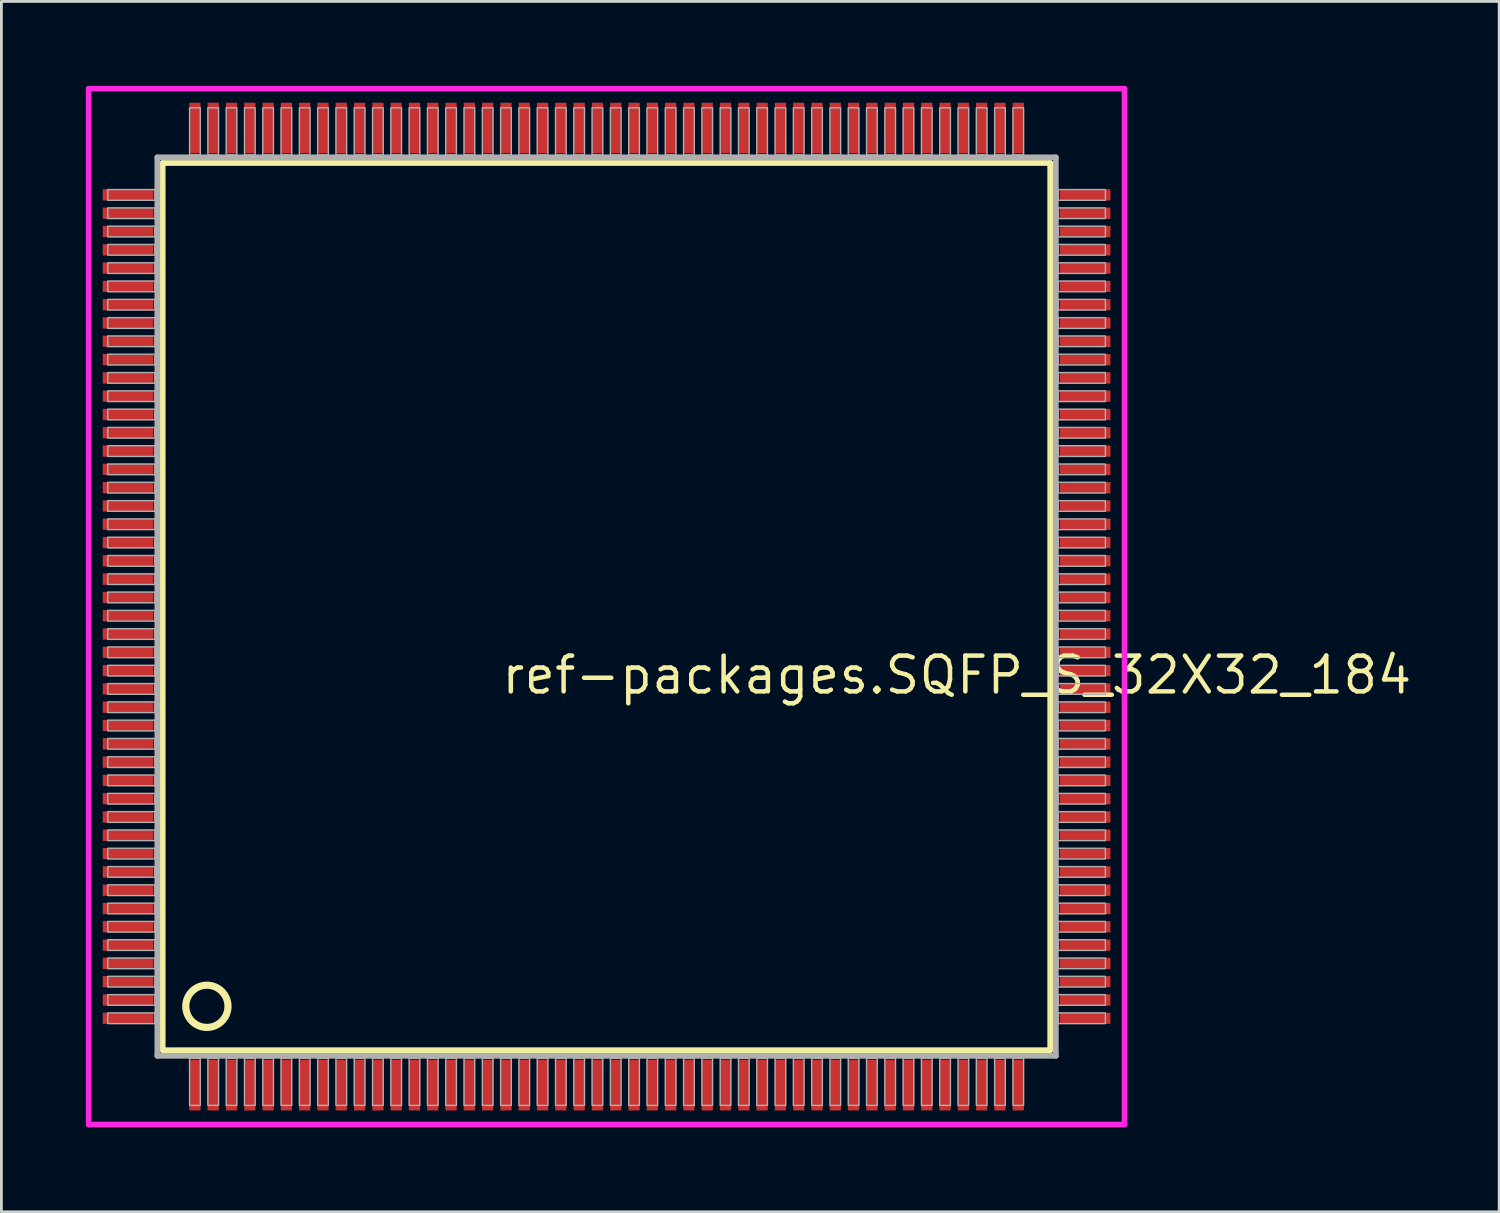
<source format=kicad_pcb>
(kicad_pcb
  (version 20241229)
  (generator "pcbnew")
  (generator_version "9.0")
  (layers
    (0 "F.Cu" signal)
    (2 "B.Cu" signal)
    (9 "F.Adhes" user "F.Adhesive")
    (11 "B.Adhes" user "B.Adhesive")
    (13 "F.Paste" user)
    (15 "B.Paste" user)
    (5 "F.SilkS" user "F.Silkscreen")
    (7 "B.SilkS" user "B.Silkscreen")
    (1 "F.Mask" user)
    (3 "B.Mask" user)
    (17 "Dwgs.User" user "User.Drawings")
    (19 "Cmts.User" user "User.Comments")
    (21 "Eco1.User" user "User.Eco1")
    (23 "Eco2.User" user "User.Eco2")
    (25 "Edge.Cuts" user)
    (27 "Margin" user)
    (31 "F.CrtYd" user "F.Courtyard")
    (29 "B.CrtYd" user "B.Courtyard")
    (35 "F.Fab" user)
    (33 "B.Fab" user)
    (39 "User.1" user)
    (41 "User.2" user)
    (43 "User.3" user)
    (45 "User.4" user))
  (footprint "ref-packages.SQFP_S_32X32_184"
    (layer "F.Cu")
    (at 18.5 18.5)
    (property "Reference" "ref-packages.SQFP_S_32X32_184" (at -3.81 3.175 0) (layer "F.SilkS") (effects (font (size 1.27 1.27) (thickness 0.16)) (justify left bottom)))
    (attr smd)
    (fp_line (start -15.77 -15.76) (end 15.76 -15.76) (stroke (width 0.203) (type default)) (layer "F.SilkS"))
    (fp_line (start -15.77 15.76) (end -15.77 -15.76) (stroke (width 0.203) (type default)) (layer "F.SilkS"))
    (fp_line (start 15.76 -15.76) (end 15.76 15.76) (stroke (width 0.203) (type default)) (layer "F.SilkS"))
    (fp_line (start 15.76 15.76) (end -15.77 15.76) (stroke (width 0.203) (type default)) (layer "F.SilkS"))
    (fp_circle (center -14.2 14.2) (end -13.45 14.2) (stroke (width 0.254) (type default)) (fill no) (layer "F.SilkS"))
    (fp_line (start -18.4 -18.4) (end 18.4 -18.4) (stroke (width 0.2) (type default)) (layer "F.CrtYd"))
    (fp_line (start -18.4 18.4) (end -18.4 -18.4) (stroke (width 0.2) (type default)) (layer "F.CrtYd"))
    (fp_line (start 18.4 -18.4) (end 18.4 18.4) (stroke (width 0.2) (type default)) (layer "F.CrtYd"))
    (fp_line (start 18.4 18.4) (end -18.4 18.4) (stroke (width 0.2) (type default)) (layer "F.CrtYd"))
    (fp_line (start -15.96 -15.96) (end -15.96 15.96) (stroke (width 0.203) (type default)) (layer "F.Fab"))
    (fp_line (start -15.96 15.96) (end 15.96 15.96) (stroke (width 0.203) (type default)) (layer "F.Fab"))
    (fp_line (start 15.96 -15.96) (end -15.96 -15.96) (stroke (width 0.203) (type default)) (layer "F.Fab"))
    (fp_line (start 15.96 15.96) (end 15.96 -15.96) (stroke (width 0.203) (type default)) (layer "F.Fab"))
    (fp_rect (start -17.72 -14.435) (end -16.05 -14.815) (stroke (width 0.05) (type default)) (fill no) (layer "F.Fab"))
    (fp_rect (start -17.72 -13.785) (end -16.05 -14.165) (stroke (width 0.05) (type default)) (fill no) (layer "F.Fab"))
    (fp_rect (start -17.72 -13.135) (end -16.05 -13.515) (stroke (width 0.05) (type default)) (fill no) (layer "F.Fab"))
    (fp_rect (start -17.72 -12.485) (end -16.05 -12.865) (stroke (width 0.05) (type default)) (fill no) (layer "F.Fab"))
    (fp_rect (start -17.72 -11.835) (end -16.05 -12.215) (stroke (width 0.05) (type default)) (fill no) (layer "F.Fab"))
    (fp_rect (start -17.72 -11.185) (end -16.05 -11.565) (stroke (width 0.05) (type default)) (fill no) (layer "F.Fab"))
    (fp_rect (start -17.72 -10.535) (end -16.05 -10.915) (stroke (width 0.05) (type default)) (fill no) (layer "F.Fab"))
    (fp_rect (start -17.72 -9.885) (end -16.05 -10.265) (stroke (width 0.05) (type default)) (fill no) (layer "F.Fab"))
    (fp_rect (start -17.72 -9.235) (end -16.05 -9.615) (stroke (width 0.05) (type default)) (fill no) (layer "F.Fab"))
    (fp_rect (start -17.72 -8.585) (end -16.05 -8.965) (stroke (width 0.05) (type default)) (fill no) (layer "F.Fab"))
    (fp_rect (start -17.72 -7.935) (end -16.05 -8.315) (stroke (width 0.05) (type default)) (fill no) (layer "F.Fab"))
    (fp_rect (start -17.72 -7.285) (end -16.05 -7.665) (stroke (width 0.05) (type default)) (fill no) (layer "F.Fab"))
    (fp_rect (start -17.72 -6.635) (end -16.05 -7.015) (stroke (width 0.05) (type default)) (fill no) (layer "F.Fab"))
    (fp_rect (start -17.72 -5.985) (end -16.05 -6.365) (stroke (width 0.05) (type default)) (fill no) (layer "F.Fab"))
    (fp_rect (start -17.72 -5.335) (end -16.05 -5.715) (stroke (width 0.05) (type default)) (fill no) (layer "F.Fab"))
    (fp_rect (start -17.72 -4.685) (end -16.05 -5.065) (stroke (width 0.05) (type default)) (fill no) (layer "F.Fab"))
    (fp_rect (start -17.72 -4.035) (end -16.05 -4.415) (stroke (width 0.05) (type default)) (fill no) (layer "F.Fab"))
    (fp_rect (start -17.72 -3.385) (end -16.05 -3.765) (stroke (width 0.05) (type default)) (fill no) (layer "F.Fab"))
    (fp_rect (start -17.72 -2.735) (end -16.05 -3.115) (stroke (width 0.05) (type default)) (fill no) (layer "F.Fab"))
    (fp_rect (start -17.72 -2.085) (end -16.05 -2.465) (stroke (width 0.05) (type default)) (fill no) (layer "F.Fab"))
    (fp_rect (start -17.72 -1.435) (end -16.05 -1.815) (stroke (width 0.05) (type default)) (fill no) (layer "F.Fab"))
    (fp_rect (start -17.72 -0.785) (end -16.05 -1.165) (stroke (width 0.05) (type default)) (fill no) (layer "F.Fab"))
    (fp_rect (start -17.72 -0.135) (end -16.05 -0.515) (stroke (width 0.05) (type default)) (fill no) (layer "F.Fab"))
    (fp_rect (start -17.72 0.515) (end -16.05 0.135) (stroke (width 0.05) (type default)) (fill no) (layer "F.Fab"))
    (fp_rect (start -17.72 1.165) (end -16.05 0.785) (stroke (width 0.05) (type default)) (fill no) (layer "F.Fab"))
    (fp_rect (start -17.72 1.815) (end -16.05 1.435) (stroke (width 0.05) (type default)) (fill no) (layer "F.Fab"))
    (fp_rect (start -17.72 2.465) (end -16.05 2.085) (stroke (width 0.05) (type default)) (fill no) (layer "F.Fab"))
    (fp_rect (start -17.72 3.115) (end -16.05 2.735) (stroke (width 0.05) (type default)) (fill no) (layer "F.Fab"))
    (fp_rect (start -17.72 3.765) (end -16.05 3.385) (stroke (width 0.05) (type default)) (fill no) (layer "F.Fab"))
    (fp_rect (start -17.72 4.415) (end -16.05 4.035) (stroke (width 0.05) (type default)) (fill no) (layer "F.Fab"))
    (fp_rect (start -17.72 5.065) (end -16.05 4.685) (stroke (width 0.05) (type default)) (fill no) (layer "F.Fab"))
    (fp_rect (start -17.72 5.715) (end -16.05 5.335) (stroke (width 0.05) (type default)) (fill no) (layer "F.Fab"))
    (fp_rect (start -17.72 6.365) (end -16.05 5.985) (stroke (width 0.05) (type default)) (fill no) (layer "F.Fab"))
    (fp_rect (start -17.72 7.015) (end -16.05 6.635) (stroke (width 0.05) (type default)) (fill no) (layer "F.Fab"))
    (fp_rect (start -17.72 7.665) (end -16.05 7.285) (stroke (width 0.05) (type default)) (fill no) (layer "F.Fab"))
    (fp_rect (start -17.72 8.315) (end -16.05 7.935) (stroke (width 0.05) (type default)) (fill no) (layer "F.Fab"))
    (fp_rect (start -17.72 8.965) (end -16.05 8.585) (stroke (width 0.05) (type default)) (fill no) (layer "F.Fab"))
    (fp_rect (start -17.72 9.615) (end -16.05 9.235) (stroke (width 0.05) (type default)) (fill no) (layer "F.Fab"))
    (fp_rect (start -17.72 10.265) (end -16.05 9.885) (stroke (width 0.05) (type default)) (fill no) (layer "F.Fab"))
    (fp_rect (start -17.72 10.915) (end -16.05 10.535) (stroke (width 0.05) (type default)) (fill no) (layer "F.Fab"))
    (fp_rect (start -17.72 11.565) (end -16.05 11.185) (stroke (width 0.05) (type default)) (fill no) (layer "F.Fab"))
    (fp_rect (start -17.72 12.215) (end -16.05 11.835) (stroke (width 0.05) (type default)) (fill no) (layer "F.Fab"))
    (fp_rect (start -17.72 12.865) (end -16.05 12.485) (stroke (width 0.05) (type default)) (fill no) (layer "F.Fab"))
    (fp_rect (start -17.72 13.515) (end -16.05 13.135) (stroke (width 0.05) (type default)) (fill no) (layer "F.Fab"))
    (fp_rect (start -17.72 14.165) (end -16.05 13.785) (stroke (width 0.05) (type default)) (fill no) (layer "F.Fab"))
    (fp_rect (start -17.72 14.815) (end -16.05 14.435) (stroke (width 0.05) (type default)) (fill no) (layer "F.Fab"))
    (fp_rect (start -14.815 -16.05) (end -14.435 -17.72) (stroke (width 0.05) (type default)) (fill no) (layer "F.Fab"))
    (fp_rect (start -14.815 17.72) (end -14.435 16.05) (stroke (width 0.05) (type default)) (fill no) (layer "F.Fab"))
    (fp_rect (start -14.165 -16.05) (end -13.785 -17.72) (stroke (width 0.05) (type default)) (fill no) (layer "F.Fab"))
    (fp_rect (start -14.165 17.72) (end -13.785 16.05) (stroke (width 0.05) (type default)) (fill no) (layer "F.Fab"))
    (fp_rect (start -13.515 -16.05) (end -13.135 -17.72) (stroke (width 0.05) (type default)) (fill no) (layer "F.Fab"))
    (fp_rect (start -13.515 17.72) (end -13.135 16.05) (stroke (width 0.05) (type default)) (fill no) (layer "F.Fab"))
    (fp_rect (start -12.865 -16.05) (end -12.485 -17.72) (stroke (width 0.05) (type default)) (fill no) (layer "F.Fab"))
    (fp_rect (start -12.865 17.72) (end -12.485 16.05) (stroke (width 0.05) (type default)) (fill no) (layer "F.Fab"))
    (fp_rect (start -12.215 -16.05) (end -11.835 -17.72) (stroke (width 0.05) (type default)) (fill no) (layer "F.Fab"))
    (fp_rect (start -12.215 17.72) (end -11.835 16.05) (stroke (width 0.05) (type default)) (fill no) (layer "F.Fab"))
    (fp_rect (start -11.565 -16.05) (end -11.185 -17.72) (stroke (width 0.05) (type default)) (fill no) (layer "F.Fab"))
    (fp_rect (start -11.565 17.72) (end -11.185 16.05) (stroke (width 0.05) (type default)) (fill no) (layer "F.Fab"))
    (fp_rect (start -10.915 -16.05) (end -10.535 -17.72) (stroke (width 0.05) (type default)) (fill no) (layer "F.Fab"))
    (fp_rect (start -10.915 17.72) (end -10.535 16.05) (stroke (width 0.05) (type default)) (fill no) (layer "F.Fab"))
    (fp_rect (start -10.265 -16.05) (end -9.885 -17.72) (stroke (width 0.05) (type default)) (fill no) (layer "F.Fab"))
    (fp_rect (start -10.265 17.72) (end -9.885 16.05) (stroke (width 0.05) (type default)) (fill no) (layer "F.Fab"))
    (fp_rect (start -9.615 -16.05) (end -9.235 -17.72) (stroke (width 0.05) (type default)) (fill no) (layer "F.Fab"))
    (fp_rect (start -9.615 17.72) (end -9.235 16.05) (stroke (width 0.05) (type default)) (fill no) (layer "F.Fab"))
    (fp_rect (start -8.965 -16.05) (end -8.585 -17.72) (stroke (width 0.05) (type default)) (fill no) (layer "F.Fab"))
    (fp_rect (start -8.965 17.72) (end -8.585 16.05) (stroke (width 0.05) (type default)) (fill no) (layer "F.Fab"))
    (fp_rect (start -8.315 -16.05) (end -7.935 -17.72) (stroke (width 0.05) (type default)) (fill no) (layer "F.Fab"))
    (fp_rect (start -8.315 17.72) (end -7.935 16.05) (stroke (width 0.05) (type default)) (fill no) (layer "F.Fab"))
    (fp_rect (start -7.665 -16.05) (end -7.285 -17.72) (stroke (width 0.05) (type default)) (fill no) (layer "F.Fab"))
    (fp_rect (start -7.665 17.72) (end -7.285 16.05) (stroke (width 0.05) (type default)) (fill no) (layer "F.Fab"))
    (fp_rect (start -7.015 -16.05) (end -6.635 -17.72) (stroke (width 0.05) (type default)) (fill no) (layer "F.Fab"))
    (fp_rect (start -7.015 17.72) (end -6.635 16.05) (stroke (width 0.05) (type default)) (fill no) (layer "F.Fab"))
    (fp_rect (start -6.365 -16.05) (end -5.985 -17.72) (stroke (width 0.05) (type default)) (fill no) (layer "F.Fab"))
    (fp_rect (start -6.365 17.72) (end -5.985 16.05) (stroke (width 0.05) (type default)) (fill no) (layer "F.Fab"))
    (fp_rect (start -5.715 -16.05) (end -5.335 -17.72) (stroke (width 0.05) (type default)) (fill no) (layer "F.Fab"))
    (fp_rect (start -5.715 17.72) (end -5.335 16.05) (stroke (width 0.05) (type default)) (fill no) (layer "F.Fab"))
    (fp_rect (start -5.065 -16.05) (end -4.685 -17.72) (stroke (width 0.05) (type default)) (fill no) (layer "F.Fab"))
    (fp_rect (start -5.065 17.72) (end -4.685 16.05) (stroke (width 0.05) (type default)) (fill no) (layer "F.Fab"))
    (fp_rect (start -4.415 -16.05) (end -4.035 -17.72) (stroke (width 0.05) (type default)) (fill no) (layer "F.Fab"))
    (fp_rect (start -4.415 17.72) (end -4.035 16.05) (stroke (width 0.05) (type default)) (fill no) (layer "F.Fab"))
    (fp_rect (start -3.765 -16.05) (end -3.385 -17.72) (stroke (width 0.05) (type default)) (fill no) (layer "F.Fab"))
    (fp_rect (start -3.765 17.72) (end -3.385 16.05) (stroke (width 0.05) (type default)) (fill no) (layer "F.Fab"))
    (fp_rect (start -3.115 -16.05) (end -2.735 -17.72) (stroke (width 0.05) (type default)) (fill no) (layer "F.Fab"))
    (fp_rect (start -3.115 17.72) (end -2.735 16.05) (stroke (width 0.05) (type default)) (fill no) (layer "F.Fab"))
    (fp_rect (start -2.465 -16.05) (end -2.085 -17.72) (stroke (width 0.05) (type default)) (fill no) (layer "F.Fab"))
    (fp_rect (start -2.465 17.72) (end -2.085 16.05) (stroke (width 0.05) (type default)) (fill no) (layer "F.Fab"))
    (fp_rect (start -1.815 -16.05) (end -1.435 -17.72) (stroke (width 0.05) (type default)) (fill no) (layer "F.Fab"))
    (fp_rect (start -1.815 17.72) (end -1.435 16.05) (stroke (width 0.05) (type default)) (fill no) (layer "F.Fab"))
    (fp_rect (start -1.165 -16.05) (end -0.785 -17.72) (stroke (width 0.05) (type default)) (fill no) (layer "F.Fab"))
    (fp_rect (start -1.165 17.72) (end -0.785 16.05) (stroke (width 0.05) (type default)) (fill no) (layer "F.Fab"))
    (fp_rect (start -0.515 -16.05) (end -0.135 -17.72) (stroke (width 0.05) (type default)) (fill no) (layer "F.Fab"))
    (fp_rect (start -0.515 17.72) (end -0.135 16.05) (stroke (width 0.05) (type default)) (fill no) (layer "F.Fab"))
    (fp_rect (start 0.135 -16.05) (end 0.515 -17.72) (stroke (width 0.05) (type default)) (fill no) (layer "F.Fab"))
    (fp_rect (start 0.135 17.72) (end 0.515 16.05) (stroke (width 0.05) (type default)) (fill no) (layer "F.Fab"))
    (fp_rect (start 0.785 -16.05) (end 1.165 -17.72) (stroke (width 0.05) (type default)) (fill no) (layer "F.Fab"))
    (fp_rect (start 0.785 17.72) (end 1.165 16.05) (stroke (width 0.05) (type default)) (fill no) (layer "F.Fab"))
    (fp_rect (start 1.435 -16.05) (end 1.815 -17.72) (stroke (width 0.05) (type default)) (fill no) (layer "F.Fab"))
    (fp_rect (start 1.435 17.72) (end 1.815 16.05) (stroke (width 0.05) (type default)) (fill no) (layer "F.Fab"))
    (fp_rect (start 2.085 -16.05) (end 2.465 -17.72) (stroke (width 0.05) (type default)) (fill no) (layer "F.Fab"))
    (fp_rect (start 2.085 17.72) (end 2.465 16.05) (stroke (width 0.05) (type default)) (fill no) (layer "F.Fab"))
    (fp_rect (start 2.735 -16.05) (end 3.115 -17.72) (stroke (width 0.05) (type default)) (fill no) (layer "F.Fab"))
    (fp_rect (start 2.735 17.72) (end 3.115 16.05) (stroke (width 0.05) (type default)) (fill no) (layer "F.Fab"))
    (fp_rect (start 3.385 -16.05) (end 3.765 -17.72) (stroke (width 0.05) (type default)) (fill no) (layer "F.Fab"))
    (fp_rect (start 3.385 17.72) (end 3.765 16.05) (stroke (width 0.05) (type default)) (fill no) (layer "F.Fab"))
    (fp_rect (start 4.035 -16.05) (end 4.415 -17.72) (stroke (width 0.05) (type default)) (fill no) (layer "F.Fab"))
    (fp_rect (start 4.035 17.72) (end 4.415 16.05) (stroke (width 0.05) (type default)) (fill no) (layer "F.Fab"))
    (fp_rect (start 4.685 -16.05) (end 5.065 -17.72) (stroke (width 0.05) (type default)) (fill no) (layer "F.Fab"))
    (fp_rect (start 4.685 17.72) (end 5.065 16.05) (stroke (width 0.05) (type default)) (fill no) (layer "F.Fab"))
    (fp_rect (start 5.335 -16.05) (end 5.715 -17.72) (stroke (width 0.05) (type default)) (fill no) (layer "F.Fab"))
    (fp_rect (start 5.335 17.72) (end 5.715 16.05) (stroke (width 0.05) (type default)) (fill no) (layer "F.Fab"))
    (fp_rect (start 5.985 -16.05) (end 6.365 -17.72) (stroke (width 0.05) (type default)) (fill no) (layer "F.Fab"))
    (fp_rect (start 5.985 17.72) (end 6.365 16.05) (stroke (width 0.05) (type default)) (fill no) (layer "F.Fab"))
    (fp_rect (start 6.635 -16.05) (end 7.015 -17.72) (stroke (width 0.05) (type default)) (fill no) (layer "F.Fab"))
    (fp_rect (start 6.635 17.72) (end 7.015 16.05) (stroke (width 0.05) (type default)) (fill no) (layer "F.Fab"))
    (fp_rect (start 7.285 -16.05) (end 7.665 -17.72) (stroke (width 0.05) (type default)) (fill no) (layer "F.Fab"))
    (fp_rect (start 7.285 17.72) (end 7.665 16.05) (stroke (width 0.05) (type default)) (fill no) (layer "F.Fab"))
    (fp_rect (start 7.935 -16.05) (end 8.315 -17.72) (stroke (width 0.05) (type default)) (fill no) (layer "F.Fab"))
    (fp_rect (start 7.935 17.72) (end 8.315 16.05) (stroke (width 0.05) (type default)) (fill no) (layer "F.Fab"))
    (fp_rect (start 8.585 -16.05) (end 8.965 -17.72) (stroke (width 0.05) (type default)) (fill no) (layer "F.Fab"))
    (fp_rect (start 8.585 17.72) (end 8.965 16.05) (stroke (width 0.05) (type default)) (fill no) (layer "F.Fab"))
    (fp_rect (start 9.235 -16.05) (end 9.615 -17.72) (stroke (width 0.05) (type default)) (fill no) (layer "F.Fab"))
    (fp_rect (start 9.235 17.72) (end 9.615 16.05) (stroke (width 0.05) (type default)) (fill no) (layer "F.Fab"))
    (fp_rect (start 9.885 -16.05) (end 10.265 -17.72) (stroke (width 0.05) (type default)) (fill no) (layer "F.Fab"))
    (fp_rect (start 9.885 17.72) (end 10.265 16.05) (stroke (width 0.05) (type default)) (fill no) (layer "F.Fab"))
    (fp_rect (start 10.535 -16.05) (end 10.915 -17.72) (stroke (width 0.05) (type default)) (fill no) (layer "F.Fab"))
    (fp_rect (start 10.535 17.72) (end 10.915 16.05) (stroke (width 0.05) (type default)) (fill no) (layer "F.Fab"))
    (fp_rect (start 11.185 -16.05) (end 11.565 -17.72) (stroke (width 0.05) (type default)) (fill no) (layer "F.Fab"))
    (fp_rect (start 11.185 17.72) (end 11.565 16.05) (stroke (width 0.05) (type default)) (fill no) (layer "F.Fab"))
    (fp_rect (start 11.835 -16.05) (end 12.215 -17.72) (stroke (width 0.05) (type default)) (fill no) (layer "F.Fab"))
    (fp_rect (start 11.835 17.72) (end 12.215 16.05) (stroke (width 0.05) (type default)) (fill no) (layer "F.Fab"))
    (fp_rect (start 12.485 -16.05) (end 12.865 -17.72) (stroke (width 0.05) (type default)) (fill no) (layer "F.Fab"))
    (fp_rect (start 12.485 17.72) (end 12.865 16.05) (stroke (width 0.05) (type default)) (fill no) (layer "F.Fab"))
    (fp_rect (start 13.135 -16.05) (end 13.515 -17.72) (stroke (width 0.05) (type default)) (fill no) (layer "F.Fab"))
    (fp_rect (start 13.135 17.72) (end 13.515 16.05) (stroke (width 0.05) (type default)) (fill no) (layer "F.Fab"))
    (fp_rect (start 13.785 -16.05) (end 14.165 -17.72) (stroke (width 0.05) (type default)) (fill no) (layer "F.Fab"))
    (fp_rect (start 13.785 17.72) (end 14.165 16.05) (stroke (width 0.05) (type default)) (fill no) (layer "F.Fab"))
    (fp_rect (start 14.435 -16.05) (end 14.815 -17.72) (stroke (width 0.05) (type default)) (fill no) (layer "F.Fab"))
    (fp_rect (start 14.435 17.72) (end 14.815 16.05) (stroke (width 0.05) (type default)) (fill no) (layer "F.Fab"))
    (fp_rect (start 16.05 -14.435) (end 17.72 -14.815) (stroke (width 0.05) (type default)) (fill no) (layer "F.Fab"))
    (fp_rect (start 16.05 -13.785) (end 17.72 -14.165) (stroke (width 0.05) (type default)) (fill no) (layer "F.Fab"))
    (fp_rect (start 16.05 -13.135) (end 17.72 -13.515) (stroke (width 0.05) (type default)) (fill no) (layer "F.Fab"))
    (fp_rect (start 16.05 -12.485) (end 17.72 -12.865) (stroke (width 0.05) (type default)) (fill no) (layer "F.Fab"))
    (fp_rect (start 16.05 -11.835) (end 17.72 -12.215) (stroke (width 0.05) (type default)) (fill no) (layer "F.Fab"))
    (fp_rect (start 16.05 -11.185) (end 17.72 -11.565) (stroke (width 0.05) (type default)) (fill no) (layer "F.Fab"))
    (fp_rect (start 16.05 -10.535) (end 17.72 -10.915) (stroke (width 0.05) (type default)) (fill no) (layer "F.Fab"))
    (fp_rect (start 16.05 -9.885) (end 17.72 -10.265) (stroke (width 0.05) (type default)) (fill no) (layer "F.Fab"))
    (fp_rect (start 16.05 -9.235) (end 17.72 -9.615) (stroke (width 0.05) (type default)) (fill no) (layer "F.Fab"))
    (fp_rect (start 16.05 -8.585) (end 17.72 -8.965) (stroke (width 0.05) (type default)) (fill no) (layer "F.Fab"))
    (fp_rect (start 16.05 -7.935) (end 17.72 -8.315) (stroke (width 0.05) (type default)) (fill no) (layer "F.Fab"))
    (fp_rect (start 16.05 -7.285) (end 17.72 -7.665) (stroke (width 0.05) (type default)) (fill no) (layer "F.Fab"))
    (fp_rect (start 16.05 -6.635) (end 17.72 -7.015) (stroke (width 0.05) (type default)) (fill no) (layer "F.Fab"))
    (fp_rect (start 16.05 -5.985) (end 17.72 -6.365) (stroke (width 0.05) (type default)) (fill no) (layer "F.Fab"))
    (fp_rect (start 16.05 -5.335) (end 17.72 -5.715) (stroke (width 0.05) (type default)) (fill no) (layer "F.Fab"))
    (fp_rect (start 16.05 -4.685) (end 17.72 -5.065) (stroke (width 0.05) (type default)) (fill no) (layer "F.Fab"))
    (fp_rect (start 16.05 -4.035) (end 17.72 -4.415) (stroke (width 0.05) (type default)) (fill no) (layer "F.Fab"))
    (fp_rect (start 16.05 -3.385) (end 17.72 -3.765) (stroke (width 0.05) (type default)) (fill no) (layer "F.Fab"))
    (fp_rect (start 16.05 -2.735) (end 17.72 -3.115) (stroke (width 0.05) (type default)) (fill no) (layer "F.Fab"))
    (fp_rect (start 16.05 -2.085) (end 17.72 -2.465) (stroke (width 0.05) (type default)) (fill no) (layer "F.Fab"))
    (fp_rect (start 16.05 -1.435) (end 17.72 -1.815) (stroke (width 0.05) (type default)) (fill no) (layer "F.Fab"))
    (fp_rect (start 16.05 -0.785) (end 17.72 -1.165) (stroke (width 0.05) (type default)) (fill no) (layer "F.Fab"))
    (fp_rect (start 16.05 -0.135) (end 17.72 -0.515) (stroke (width 0.05) (type default)) (fill no) (layer "F.Fab"))
    (fp_rect (start 16.05 0.515) (end 17.72 0.135) (stroke (width 0.05) (type default)) (fill no) (layer "F.Fab"))
    (fp_rect (start 16.05 1.165) (end 17.72 0.785) (stroke (width 0.05) (type default)) (fill no) (layer "F.Fab"))
    (fp_rect (start 16.05 1.815) (end 17.72 1.435) (stroke (width 0.05) (type default)) (fill no) (layer "F.Fab"))
    (fp_rect (start 16.05 2.465) (end 17.72 2.085) (stroke (width 0.05) (type default)) (fill no) (layer "F.Fab"))
    (fp_rect (start 16.05 3.115) (end 17.72 2.735) (stroke (width 0.05) (type default)) (fill no) (layer "F.Fab"))
    (fp_rect (start 16.05 3.765) (end 17.72 3.385) (stroke (width 0.05) (type default)) (fill no) (layer "F.Fab"))
    (fp_rect (start 16.05 4.415) (end 17.72 4.035) (stroke (width 0.05) (type default)) (fill no) (layer "F.Fab"))
    (fp_rect (start 16.05 5.065) (end 17.72 4.685) (stroke (width 0.05) (type default)) (fill no) (layer "F.Fab"))
    (fp_rect (start 16.05 5.715) (end 17.72 5.335) (stroke (width 0.05) (type default)) (fill no) (layer "F.Fab"))
    (fp_rect (start 16.05 6.365) (end 17.72 5.985) (stroke (width 0.05) (type default)) (fill no) (layer "F.Fab"))
    (fp_rect (start 16.05 7.015) (end 17.72 6.635) (stroke (width 0.05) (type default)) (fill no) (layer "F.Fab"))
    (fp_rect (start 16.05 7.665) (end 17.72 7.285) (stroke (width 0.05) (type default)) (fill no) (layer "F.Fab"))
    (fp_rect (start 16.05 8.315) (end 17.72 7.935) (stroke (width 0.05) (type default)) (fill no) (layer "F.Fab"))
    (fp_rect (start 16.05 8.965) (end 17.72 8.585) (stroke (width 0.05) (type default)) (fill no) (layer "F.Fab"))
    (fp_rect (start 16.05 9.615) (end 17.72 9.235) (stroke (width 0.05) (type default)) (fill no) (layer "F.Fab"))
    (fp_rect (start 16.05 10.265) (end 17.72 9.885) (stroke (width 0.05) (type default)) (fill no) (layer "F.Fab"))
    (fp_rect (start 16.05 10.915) (end 17.72 10.535) (stroke (width 0.05) (type default)) (fill no) (layer "F.Fab"))
    (fp_rect (start 16.05 11.565) (end 17.72 11.185) (stroke (width 0.05) (type default)) (fill no) (layer "F.Fab"))
    (fp_rect (start 16.05 12.215) (end 17.72 11.835) (stroke (width 0.05) (type default)) (fill no) (layer "F.Fab"))
    (fp_rect (start 16.05 12.865) (end 17.72 12.485) (stroke (width 0.05) (type default)) (fill no) (layer "F.Fab"))
    (fp_rect (start 16.05 13.515) (end 17.72 13.135) (stroke (width 0.05) (type default)) (fill no) (layer "F.Fab"))
    (fp_rect (start 16.05 14.165) (end 17.72 13.785) (stroke (width 0.05) (type default)) (fill no) (layer "F.Fab"))
    (fp_rect (start 16.05 14.815) (end 17.72 14.435) (stroke (width 0.05) (type default)) (fill no) (layer "F.Fab"))
    (pad "1" smd roundrect (at -14.625 17) (size 0.4 1.8) (layers "F.Cu" "F.Mask" "F.Paste") (roundrect_rratio 0.01))
    (pad "2" smd roundrect (at -13.975 17) (size 0.4 1.8) (layers "F.Cu" "F.Mask" "F.Paste") (roundrect_rratio 0.01))
    (pad "3" smd roundrect (at -13.325 17) (size 0.4 1.8) (layers "F.Cu" "F.Mask" "F.Paste") (roundrect_rratio 0.01))
    (pad "4" smd roundrect (at -12.675 17) (size 0.4 1.8) (layers "F.Cu" "F.Mask" "F.Paste") (roundrect_rratio 0.01))
    (pad "5" smd roundrect (at -12.025 17) (size 0.4 1.8) (layers "F.Cu" "F.Mask" "F.Paste") (roundrect_rratio 0.01))
    (pad "6" smd roundrect (at -11.375 17) (size 0.4 1.8) (layers "F.Cu" "F.Mask" "F.Paste") (roundrect_rratio 0.01))
    (pad "7" smd roundrect (at -10.725 17) (size 0.4 1.8) (layers "F.Cu" "F.Mask" "F.Paste") (roundrect_rratio 0.01))
    (pad "8" smd roundrect (at -10.075 17) (size 0.4 1.8) (layers "F.Cu" "F.Mask" "F.Paste") (roundrect_rratio 0.01))
    (pad "9" smd roundrect (at -9.425 17) (size 0.4 1.8) (layers "F.Cu" "F.Mask" "F.Paste") (roundrect_rratio 0.01))
    (pad "10" smd roundrect (at -8.775 17) (size 0.4 1.8) (layers "F.Cu" "F.Mask" "F.Paste") (roundrect_rratio 0.01))
    (pad "11" smd roundrect (at -8.125 17) (size 0.4 1.8) (layers "F.Cu" "F.Mask" "F.Paste") (roundrect_rratio 0.01))
    (pad "12" smd roundrect (at -7.475 17) (size 0.4 1.8) (layers "F.Cu" "F.Mask" "F.Paste") (roundrect_rratio 0.01))
    (pad "13" smd roundrect (at -6.825 17) (size 0.4 1.8) (layers "F.Cu" "F.Mask" "F.Paste") (roundrect_rratio 0.01))
    (pad "14" smd roundrect (at -6.175 17) (size 0.4 1.8) (layers "F.Cu" "F.Mask" "F.Paste") (roundrect_rratio 0.01))
    (pad "15" smd roundrect (at -5.525 17) (size 0.4 1.8) (layers "F.Cu" "F.Mask" "F.Paste") (roundrect_rratio 0.01))
    (pad "16" smd roundrect (at -4.875 17) (size 0.4 1.8) (layers "F.Cu" "F.Mask" "F.Paste") (roundrect_rratio 0.01))
    (pad "17" smd roundrect (at -4.225 17) (size 0.4 1.8) (layers "F.Cu" "F.Mask" "F.Paste") (roundrect_rratio 0.01))
    (pad "18" smd roundrect (at -3.575 17) (size 0.4 1.8) (layers "F.Cu" "F.Mask" "F.Paste") (roundrect_rratio 0.01))
    (pad "19" smd roundrect (at -2.925 17) (size 0.4 1.8) (layers "F.Cu" "F.Mask" "F.Paste") (roundrect_rratio 0.01))
    (pad "20" smd roundrect (at -2.275 17) (size 0.4 1.8) (layers "F.Cu" "F.Mask" "F.Paste") (roundrect_rratio 0.01))
    (pad "21" smd roundrect (at -1.625 17) (size 0.4 1.8) (layers "F.Cu" "F.Mask" "F.Paste") (roundrect_rratio 0.01))
    (pad "22" smd roundrect (at -0.975 17) (size 0.4 1.8) (layers "F.Cu" "F.Mask" "F.Paste") (roundrect_rratio 0.01))
    (pad "23" smd roundrect (at -0.325 17) (size 0.4 1.8) (layers "F.Cu" "F.Mask" "F.Paste") (roundrect_rratio 0.01))
    (pad "24" smd roundrect (at 0.325 17) (size 0.4 1.8) (layers "F.Cu" "F.Mask" "F.Paste") (roundrect_rratio 0.01))
    (pad "25" smd roundrect (at 0.975 17) (size 0.4 1.8) (layers "F.Cu" "F.Mask" "F.Paste") (roundrect_rratio 0.01))
    (pad "26" smd roundrect (at 1.625 17) (size 0.4 1.8) (layers "F.Cu" "F.Mask" "F.Paste") (roundrect_rratio 0.01))
    (pad "27" smd roundrect (at 2.275 17) (size 0.4 1.8) (layers "F.Cu" "F.Mask" "F.Paste") (roundrect_rratio 0.01))
    (pad "28" smd roundrect (at 2.925 17) (size 0.4 1.8) (layers "F.Cu" "F.Mask" "F.Paste") (roundrect_rratio 0.01))
    (pad "29" smd roundrect (at 3.575 17) (size 0.4 1.8) (layers "F.Cu" "F.Mask" "F.Paste") (roundrect_rratio 0.01))
    (pad "30" smd roundrect (at 4.225 17) (size 0.4 1.8) (layers "F.Cu" "F.Mask" "F.Paste") (roundrect_rratio 0.01))
    (pad "31" smd roundrect (at 4.875 17) (size 0.4 1.8) (layers "F.Cu" "F.Mask" "F.Paste") (roundrect_rratio 0.01))
    (pad "32" smd roundrect (at 5.525 17) (size 0.4 1.8) (layers "F.Cu" "F.Mask" "F.Paste") (roundrect_rratio 0.01))
    (pad "33" smd roundrect (at 6.175 17) (size 0.4 1.8) (layers "F.Cu" "F.Mask" "F.Paste") (roundrect_rratio 0.01))
    (pad "34" smd roundrect (at 6.825 17) (size 0.4 1.8) (layers "F.Cu" "F.Mask" "F.Paste") (roundrect_rratio 0.01))
    (pad "35" smd roundrect (at 7.475 17) (size 0.4 1.8) (layers "F.Cu" "F.Mask" "F.Paste") (roundrect_rratio 0.01))
    (pad "36" smd roundrect (at 8.125 17) (size 0.4 1.8) (layers "F.Cu" "F.Mask" "F.Paste") (roundrect_rratio 0.01))
    (pad "37" smd roundrect (at 8.775 17) (size 0.4 1.8) (layers "F.Cu" "F.Mask" "F.Paste") (roundrect_rratio 0.01))
    (pad "38" smd roundrect (at 9.425 17) (size 0.4 1.8) (layers "F.Cu" "F.Mask" "F.Paste") (roundrect_rratio 0.01))
    (pad "39" smd roundrect (at 10.075 17) (size 0.4 1.8) (layers "F.Cu" "F.Mask" "F.Paste") (roundrect_rratio 0.01))
    (pad "40" smd roundrect (at 10.725 17) (size 0.4 1.8) (layers "F.Cu" "F.Mask" "F.Paste") (roundrect_rratio 0.01))
    (pad "41" smd roundrect (at 11.375 17) (size 0.4 1.8) (layers "F.Cu" "F.Mask" "F.Paste") (roundrect_rratio 0.01))
    (pad "42" smd roundrect (at 12.025 17) (size 0.4 1.8) (layers "F.Cu" "F.Mask" "F.Paste") (roundrect_rratio 0.01))
    (pad "43" smd roundrect (at 12.675 17) (size 0.4 1.8) (layers "F.Cu" "F.Mask" "F.Paste") (roundrect_rratio 0.01))
    (pad "44" smd roundrect (at 13.325 17) (size 0.4 1.8) (layers "F.Cu" "F.Mask" "F.Paste") (roundrect_rratio 0.01))
    (pad "45" smd roundrect (at 13.975 17) (size 0.4 1.8) (layers "F.Cu" "F.Mask" "F.Paste") (roundrect_rratio 0.01))
    (pad "46" smd roundrect (at 14.625 17) (size 0.4 1.8) (layers "F.Cu" "F.Mask" "F.Paste") (roundrect_rratio 0.01))
    (pad "47" smd roundrect (at 17 14.625) (size 1.8 0.4) (layers "F.Cu" "F.Mask" "F.Paste") (roundrect_rratio 0.01))
    (pad "48" smd roundrect (at 17 13.975) (size 1.8 0.4) (layers "F.Cu" "F.Mask" "F.Paste") (roundrect_rratio 0.01))
    (pad "49" smd roundrect (at 17 13.325) (size 1.8 0.4) (layers "F.Cu" "F.Mask" "F.Paste") (roundrect_rratio 0.01))
    (pad "50" smd roundrect (at 17 12.675) (size 1.8 0.4) (layers "F.Cu" "F.Mask" "F.Paste") (roundrect_rratio 0.01))
    (pad "51" smd roundrect (at 17 12.025) (size 1.8 0.4) (layers "F.Cu" "F.Mask" "F.Paste") (roundrect_rratio 0.01))
    (pad "52" smd roundrect (at 17 11.375) (size 1.8 0.4) (layers "F.Cu" "F.Mask" "F.Paste") (roundrect_rratio 0.01))
    (pad "53" smd roundrect (at 17 10.725) (size 1.8 0.4) (layers "F.Cu" "F.Mask" "F.Paste") (roundrect_rratio 0.01))
    (pad "54" smd roundrect (at 17 10.075) (size 1.8 0.4) (layers "F.Cu" "F.Mask" "F.Paste") (roundrect_rratio 0.01))
    (pad "55" smd roundrect (at 17 9.425) (size 1.8 0.4) (layers "F.Cu" "F.Mask" "F.Paste") (roundrect_rratio 0.01))
    (pad "56" smd roundrect (at 17 8.775) (size 1.8 0.4) (layers "F.Cu" "F.Mask" "F.Paste") (roundrect_rratio 0.01))
    (pad "57" smd roundrect (at 17 8.125) (size 1.8 0.4) (layers "F.Cu" "F.Mask" "F.Paste") (roundrect_rratio 0.01))
    (pad "58" smd roundrect (at 17 7.475) (size 1.8 0.4) (layers "F.Cu" "F.Mask" "F.Paste") (roundrect_rratio 0.01))
    (pad "59" smd roundrect (at 17 6.825) (size 1.8 0.4) (layers "F.Cu" "F.Mask" "F.Paste") (roundrect_rratio 0.01))
    (pad "60" smd roundrect (at 17 6.175) (size 1.8 0.4) (layers "F.Cu" "F.Mask" "F.Paste") (roundrect_rratio 0.01))
    (pad "61" smd roundrect (at 17 5.525) (size 1.8 0.4) (layers "F.Cu" "F.Mask" "F.Paste") (roundrect_rratio 0.01))
    (pad "62" smd roundrect (at 17 4.875) (size 1.8 0.4) (layers "F.Cu" "F.Mask" "F.Paste") (roundrect_rratio 0.01))
    (pad "63" smd roundrect (at 17 4.225) (size 1.8 0.4) (layers "F.Cu" "F.Mask" "F.Paste") (roundrect_rratio 0.01))
    (pad "64" smd roundrect (at 17 3.575) (size 1.8 0.4) (layers "F.Cu" "F.Mask" "F.Paste") (roundrect_rratio 0.01))
    (pad "65" smd roundrect (at 17 2.925) (size 1.8 0.4) (layers "F.Cu" "F.Mask" "F.Paste") (roundrect_rratio 0.01))
    (pad "66" smd roundrect (at 17 2.275) (size 1.8 0.4) (layers "F.Cu" "F.Mask" "F.Paste") (roundrect_rratio 0.01))
    (pad "67" smd roundrect (at 17 1.625) (size 1.8 0.4) (layers "F.Cu" "F.Mask" "F.Paste") (roundrect_rratio 0.01))
    (pad "68" smd roundrect (at 17 0.975) (size 1.8 0.4) (layers "F.Cu" "F.Mask" "F.Paste") (roundrect_rratio 0.01))
    (pad "69" smd roundrect (at 17 0.325) (size 1.8 0.4) (layers "F.Cu" "F.Mask" "F.Paste") (roundrect_rratio 0.01))
    (pad "70" smd roundrect (at 17 -0.325) (size 1.8 0.4) (layers "F.Cu" "F.Mask" "F.Paste") (roundrect_rratio 0.01))
    (pad "71" smd roundrect (at 17 -0.975) (size 1.8 0.4) (layers "F.Cu" "F.Mask" "F.Paste") (roundrect_rratio 0.01))
    (pad "72" smd roundrect (at 17 -1.625) (size 1.8 0.4) (layers "F.Cu" "F.Mask" "F.Paste") (roundrect_rratio 0.01))
    (pad "73" smd roundrect (at 17 -2.275) (size 1.8 0.4) (layers "F.Cu" "F.Mask" "F.Paste") (roundrect_rratio 0.01))
    (pad "74" smd roundrect (at 17 -2.925) (size 1.8 0.4) (layers "F.Cu" "F.Mask" "F.Paste") (roundrect_rratio 0.01))
    (pad "75" smd roundrect (at 17 -3.575) (size 1.8 0.4) (layers "F.Cu" "F.Mask" "F.Paste") (roundrect_rratio 0.01))
    (pad "76" smd roundrect (at 17 -4.225) (size 1.8 0.4) (layers "F.Cu" "F.Mask" "F.Paste") (roundrect_rratio 0.01))
    (pad "77" smd roundrect (at 17 -4.875) (size 1.8 0.4) (layers "F.Cu" "F.Mask" "F.Paste") (roundrect_rratio 0.01))
    (pad "78" smd roundrect (at 17 -5.525) (size 1.8 0.4) (layers "F.Cu" "F.Mask" "F.Paste") (roundrect_rratio 0.01))
    (pad "79" smd roundrect (at 17 -6.175) (size 1.8 0.4) (layers "F.Cu" "F.Mask" "F.Paste") (roundrect_rratio 0.01))
    (pad "80" smd roundrect (at 17 -6.825) (size 1.8 0.4) (layers "F.Cu" "F.Mask" "F.Paste") (roundrect_rratio 0.01))
    (pad "81" smd roundrect (at 17 -7.475) (size 1.8 0.4) (layers "F.Cu" "F.Mask" "F.Paste") (roundrect_rratio 0.01))
    (pad "82" smd roundrect (at 17 -8.125) (size 1.8 0.4) (layers "F.Cu" "F.Mask" "F.Paste") (roundrect_rratio 0.01))
    (pad "83" smd roundrect (at 17 -8.775) (size 1.8 0.4) (layers "F.Cu" "F.Mask" "F.Paste") (roundrect_rratio 0.01))
    (pad "84" smd roundrect (at 17 -9.425) (size 1.8 0.4) (layers "F.Cu" "F.Mask" "F.Paste") (roundrect_rratio 0.01))
    (pad "85" smd roundrect (at 17 -10.075) (size 1.8 0.4) (layers "F.Cu" "F.Mask" "F.Paste") (roundrect_rratio 0.01))
    (pad "86" smd roundrect (at 17 -10.725) (size 1.8 0.4) (layers "F.Cu" "F.Mask" "F.Paste") (roundrect_rratio 0.01))
    (pad "87" smd roundrect (at 17 -11.375) (size 1.8 0.4) (layers "F.Cu" "F.Mask" "F.Paste") (roundrect_rratio 0.01))
    (pad "88" smd roundrect (at 17 -12.025) (size 1.8 0.4) (layers "F.Cu" "F.Mask" "F.Paste") (roundrect_rratio 0.01))
    (pad "89" smd roundrect (at 17 -12.675) (size 1.8 0.4) (layers "F.Cu" "F.Mask" "F.Paste") (roundrect_rratio 0.01))
    (pad "90" smd roundrect (at 17 -13.325) (size 1.8 0.4) (layers "F.Cu" "F.Mask" "F.Paste") (roundrect_rratio 0.01))
    (pad "91" smd roundrect (at 17 -13.975) (size 1.8 0.4) (layers "F.Cu" "F.Mask" "F.Paste") (roundrect_rratio 0.01))
    (pad "92" smd roundrect (at 17 -14.625) (size 1.8 0.4) (layers "F.Cu" "F.Mask" "F.Paste") (roundrect_rratio 0.01))
    (pad "93" smd roundrect (at 14.625 -17) (size 0.4 1.8) (layers "F.Cu" "F.Mask" "F.Paste") (roundrect_rratio 0.01))
    (pad "94" smd roundrect (at 13.975 -17) (size 0.4 1.8) (layers "F.Cu" "F.Mask" "F.Paste") (roundrect_rratio 0.01))
    (pad "95" smd roundrect (at 13.325 -17) (size 0.4 1.8) (layers "F.Cu" "F.Mask" "F.Paste") (roundrect_rratio 0.01))
    (pad "96" smd roundrect (at 12.675 -17) (size 0.4 1.8) (layers "F.Cu" "F.Mask" "F.Paste") (roundrect_rratio 0.01))
    (pad "97" smd roundrect (at 12.025 -17) (size 0.4 1.8) (layers "F.Cu" "F.Mask" "F.Paste") (roundrect_rratio 0.01))
    (pad "98" smd roundrect (at 11.375 -17) (size 0.4 1.8) (layers "F.Cu" "F.Mask" "F.Paste") (roundrect_rratio 0.01))
    (pad "99" smd roundrect (at 10.725 -17) (size 0.4 1.8) (layers "F.Cu" "F.Mask" "F.Paste") (roundrect_rratio 0.01))
    (pad "100" smd roundrect (at 10.075 -17) (size 0.4 1.8) (layers "F.Cu" "F.Mask" "F.Paste") (roundrect_rratio 0.01))
    (pad "101" smd roundrect (at 9.425 -17) (size 0.4 1.8) (layers "F.Cu" "F.Mask" "F.Paste") (roundrect_rratio 0.01))
    (pad "102" smd roundrect (at 8.775 -17) (size 0.4 1.8) (layers "F.Cu" "F.Mask" "F.Paste") (roundrect_rratio 0.01))
    (pad "103" smd roundrect (at 8.125 -17) (size 0.4 1.8) (layers "F.Cu" "F.Mask" "F.Paste") (roundrect_rratio 0.01))
    (pad "104" smd roundrect (at 7.475 -17) (size 0.4 1.8) (layers "F.Cu" "F.Mask" "F.Paste") (roundrect_rratio 0.01))
    (pad "105" smd roundrect (at 6.825 -17) (size 0.4 1.8) (layers "F.Cu" "F.Mask" "F.Paste") (roundrect_rratio 0.01))
    (pad "106" smd roundrect (at 6.175 -17) (size 0.4 1.8) (layers "F.Cu" "F.Mask" "F.Paste") (roundrect_rratio 0.01))
    (pad "107" smd roundrect (at 5.525 -17) (size 0.4 1.8) (layers "F.Cu" "F.Mask" "F.Paste") (roundrect_rratio 0.01))
    (pad "108" smd roundrect (at 4.875 -17) (size 0.4 1.8) (layers "F.Cu" "F.Mask" "F.Paste") (roundrect_rratio 0.01))
    (pad "109" smd roundrect (at 4.225 -17) (size 0.4 1.8) (layers "F.Cu" "F.Mask" "F.Paste") (roundrect_rratio 0.01))
    (pad "110" smd roundrect (at 3.575 -17) (size 0.4 1.8) (layers "F.Cu" "F.Mask" "F.Paste") (roundrect_rratio 0.01))
    (pad "111" smd roundrect (at 2.925 -17) (size 0.4 1.8) (layers "F.Cu" "F.Mask" "F.Paste") (roundrect_rratio 0.01))
    (pad "112" smd roundrect (at 2.275 -17) (size 0.4 1.8) (layers "F.Cu" "F.Mask" "F.Paste") (roundrect_rratio 0.01))
    (pad "113" smd roundrect (at 1.625 -17) (size 0.4 1.8) (layers "F.Cu" "F.Mask" "F.Paste") (roundrect_rratio 0.01))
    (pad "114" smd roundrect (at 0.975 -17) (size 0.4 1.8) (layers "F.Cu" "F.Mask" "F.Paste") (roundrect_rratio 0.01))
    (pad "115" smd roundrect (at 0.325 -17) (size 0.4 1.8) (layers "F.Cu" "F.Mask" "F.Paste") (roundrect_rratio 0.01))
    (pad "116" smd roundrect (at -0.325 -17) (size 0.4 1.8) (layers "F.Cu" "F.Mask" "F.Paste") (roundrect_rratio 0.01))
    (pad "117" smd roundrect (at -0.975 -17) (size 0.4 1.8) (layers "F.Cu" "F.Mask" "F.Paste") (roundrect_rratio 0.01))
    (pad "118" smd roundrect (at -1.625 -17) (size 0.4 1.8) (layers "F.Cu" "F.Mask" "F.Paste") (roundrect_rratio 0.01))
    (pad "119" smd roundrect (at -2.275 -17) (size 0.4 1.8) (layers "F.Cu" "F.Mask" "F.Paste") (roundrect_rratio 0.01))
    (pad "120" smd roundrect (at -2.925 -17) (size 0.4 1.8) (layers "F.Cu" "F.Mask" "F.Paste") (roundrect_rratio 0.01))
    (pad "121" smd roundrect (at -3.575 -17) (size 0.4 1.8) (layers "F.Cu" "F.Mask" "F.Paste") (roundrect_rratio 0.01))
    (pad "122" smd roundrect (at -4.225 -17) (size 0.4 1.8) (layers "F.Cu" "F.Mask" "F.Paste") (roundrect_rratio 0.01))
    (pad "123" smd roundrect (at -4.875 -17) (size 0.4 1.8) (layers "F.Cu" "F.Mask" "F.Paste") (roundrect_rratio 0.01))
    (pad "124" smd roundrect (at -5.525 -17) (size 0.4 1.8) (layers "F.Cu" "F.Mask" "F.Paste") (roundrect_rratio 0.01))
    (pad "125" smd roundrect (at -6.175 -17) (size 0.4 1.8) (layers "F.Cu" "F.Mask" "F.Paste") (roundrect_rratio 0.01))
    (pad "126" smd roundrect (at -6.825 -17) (size 0.4 1.8) (layers "F.Cu" "F.Mask" "F.Paste") (roundrect_rratio 0.01))
    (pad "127" smd roundrect (at -7.475 -17) (size 0.4 1.8) (layers "F.Cu" "F.Mask" "F.Paste") (roundrect_rratio 0.01))
    (pad "128" smd roundrect (at -8.125 -17) (size 0.4 1.8) (layers "F.Cu" "F.Mask" "F.Paste") (roundrect_rratio 0.01))
    (pad "129" smd roundrect (at -8.775 -17) (size 0.4 1.8) (layers "F.Cu" "F.Mask" "F.Paste") (roundrect_rratio 0.01))
    (pad "130" smd roundrect (at -9.425 -17) (size 0.4 1.8) (layers "F.Cu" "F.Mask" "F.Paste") (roundrect_rratio 0.01))
    (pad "131" smd roundrect (at -10.075 -17) (size 0.4 1.8) (layers "F.Cu" "F.Mask" "F.Paste") (roundrect_rratio 0.01))
    (pad "132" smd roundrect (at -10.725 -17) (size 0.4 1.8) (layers "F.Cu" "F.Mask" "F.Paste") (roundrect_rratio 0.01))
    (pad "133" smd roundrect (at -11.375 -17) (size 0.4 1.8) (layers "F.Cu" "F.Mask" "F.Paste") (roundrect_rratio 0.01))
    (pad "134" smd roundrect (at -12.025 -17) (size 0.4 1.8) (layers "F.Cu" "F.Mask" "F.Paste") (roundrect_rratio 0.01))
    (pad "135" smd roundrect (at -12.675 -17) (size 0.4 1.8) (layers "F.Cu" "F.Mask" "F.Paste") (roundrect_rratio 0.01))
    (pad "136" smd roundrect (at -13.325 -17) (size 0.4 1.8) (layers "F.Cu" "F.Mask" "F.Paste") (roundrect_rratio 0.01))
    (pad "137" smd roundrect (at -13.975 -17) (size 0.4 1.8) (layers "F.Cu" "F.Mask" "F.Paste") (roundrect_rratio 0.01))
    (pad "138" smd roundrect (at -14.625 -17) (size 0.4 1.8) (layers "F.Cu" "F.Mask" "F.Paste") (roundrect_rratio 0.01))
    (pad "139" smd roundrect (at -17 -14.625) (size 1.8 0.4) (layers "F.Cu" "F.Mask" "F.Paste") (roundrect_rratio 0.01))
    (pad "140" smd roundrect (at -17 -13.975) (size 1.8 0.4) (layers "F.Cu" "F.Mask" "F.Paste") (roundrect_rratio 0.01))
    (pad "141" smd roundrect (at -17 -13.325) (size 1.8 0.4) (layers "F.Cu" "F.Mask" "F.Paste") (roundrect_rratio 0.01))
    (pad "142" smd roundrect (at -17 -12.675) (size 1.8 0.4) (layers "F.Cu" "F.Mask" "F.Paste") (roundrect_rratio 0.01))
    (pad "143" smd roundrect (at -17 -12.025) (size 1.8 0.4) (layers "F.Cu" "F.Mask" "F.Paste") (roundrect_rratio 0.01))
    (pad "144" smd roundrect (at -17 -11.375) (size 1.8 0.4) (layers "F.Cu" "F.Mask" "F.Paste") (roundrect_rratio 0.01))
    (pad "145" smd roundrect (at -17 -10.725) (size 1.8 0.4) (layers "F.Cu" "F.Mask" "F.Paste") (roundrect_rratio 0.01))
    (pad "146" smd roundrect (at -17 -10.075) (size 1.8 0.4) (layers "F.Cu" "F.Mask" "F.Paste") (roundrect_rratio 0.01))
    (pad "147" smd roundrect (at -17 -9.425) (size 1.8 0.4) (layers "F.Cu" "F.Mask" "F.Paste") (roundrect_rratio 0.01))
    (pad "148" smd roundrect (at -17 -8.775) (size 1.8 0.4) (layers "F.Cu" "F.Mask" "F.Paste") (roundrect_rratio 0.01))
    (pad "149" smd roundrect (at -17 -8.125) (size 1.8 0.4) (layers "F.Cu" "F.Mask" "F.Paste") (roundrect_rratio 0.01))
    (pad "150" smd roundrect (at -17 -7.475) (size 1.8 0.4) (layers "F.Cu" "F.Mask" "F.Paste") (roundrect_rratio 0.01))
    (pad "151" smd roundrect (at -17 -6.825) (size 1.8 0.4) (layers "F.Cu" "F.Mask" "F.Paste") (roundrect_rratio 0.01))
    (pad "152" smd roundrect (at -17 -6.175) (size 1.8 0.4) (layers "F.Cu" "F.Mask" "F.Paste") (roundrect_rratio 0.01))
    (pad "153" smd roundrect (at -17 -5.525) (size 1.8 0.4) (layers "F.Cu" "F.Mask" "F.Paste") (roundrect_rratio 0.01))
    (pad "154" smd roundrect (at -17 -4.875) (size 1.8 0.4) (layers "F.Cu" "F.Mask" "F.Paste") (roundrect_rratio 0.01))
    (pad "155" smd roundrect (at -17 -4.225) (size 1.8 0.4) (layers "F.Cu" "F.Mask" "F.Paste") (roundrect_rratio 0.01))
    (pad "156" smd roundrect (at -17 -3.575) (size 1.8 0.4) (layers "F.Cu" "F.Mask" "F.Paste") (roundrect_rratio 0.01))
    (pad "157" smd roundrect (at -17 -2.925) (size 1.8 0.4) (layers "F.Cu" "F.Mask" "F.Paste") (roundrect_rratio 0.01))
    (pad "158" smd roundrect (at -17 -2.275) (size 1.8 0.4) (layers "F.Cu" "F.Mask" "F.Paste") (roundrect_rratio 0.01))
    (pad "159" smd roundrect (at -17 -1.625) (size 1.8 0.4) (layers "F.Cu" "F.Mask" "F.Paste") (roundrect_rratio 0.01))
    (pad "160" smd roundrect (at -17 -0.975) (size 1.8 0.4) (layers "F.Cu" "F.Mask" "F.Paste") (roundrect_rratio 0.01))
    (pad "161" smd roundrect (at -17 -0.325) (size 1.8 0.4) (layers "F.Cu" "F.Mask" "F.Paste") (roundrect_rratio 0.01))
    (pad "162" smd roundrect (at -17 0.325) (size 1.8 0.4) (layers "F.Cu" "F.Mask" "F.Paste") (roundrect_rratio 0.01))
    (pad "163" smd roundrect (at -17 0.975) (size 1.8 0.4) (layers "F.Cu" "F.Mask" "F.Paste") (roundrect_rratio 0.01))
    (pad "164" smd roundrect (at -17 1.625) (size 1.8 0.4) (layers "F.Cu" "F.Mask" "F.Paste") (roundrect_rratio 0.01))
    (pad "165" smd roundrect (at -17 2.275) (size 1.8 0.4) (layers "F.Cu" "F.Mask" "F.Paste") (roundrect_rratio 0.01))
    (pad "166" smd roundrect (at -17 2.925) (size 1.8 0.4) (layers "F.Cu" "F.Mask" "F.Paste") (roundrect_rratio 0.01))
    (pad "167" smd roundrect (at -17 3.575) (size 1.8 0.4) (layers "F.Cu" "F.Mask" "F.Paste") (roundrect_rratio 0.01))
    (pad "168" smd roundrect (at -17 4.225) (size 1.8 0.4) (layers "F.Cu" "F.Mask" "F.Paste") (roundrect_rratio 0.01))
    (pad "169" smd roundrect (at -17 4.875) (size 1.8 0.4) (layers "F.Cu" "F.Mask" "F.Paste") (roundrect_rratio 0.01))
    (pad "170" smd roundrect (at -17 5.525) (size 1.8 0.4) (layers "F.Cu" "F.Mask" "F.Paste") (roundrect_rratio 0.01))
    (pad "171" smd roundrect (at -17 6.175) (size 1.8 0.4) (layers "F.Cu" "F.Mask" "F.Paste") (roundrect_rratio 0.01))
    (pad "172" smd roundrect (at -17 6.825) (size 1.8 0.4) (layers "F.Cu" "F.Mask" "F.Paste") (roundrect_rratio 0.01))
    (pad "173" smd roundrect (at -17 7.475) (size 1.8 0.4) (layers "F.Cu" "F.Mask" "F.Paste") (roundrect_rratio 0.01))
    (pad "174" smd roundrect (at -17 8.125) (size 1.8 0.4) (layers "F.Cu" "F.Mask" "F.Paste") (roundrect_rratio 0.01))
    (pad "175" smd roundrect (at -17 8.775) (size 1.8 0.4) (layers "F.Cu" "F.Mask" "F.Paste") (roundrect_rratio 0.01))
    (pad "176" smd roundrect (at -17 9.425) (size 1.8 0.4) (layers "F.Cu" "F.Mask" "F.Paste") (roundrect_rratio 0.01))
    (pad "177" smd roundrect (at -17 10.075) (size 1.8 0.4) (layers "F.Cu" "F.Mask" "F.Paste") (roundrect_rratio 0.01))
    (pad "178" smd roundrect (at -17 10.725) (size 1.8 0.4) (layers "F.Cu" "F.Mask" "F.Paste") (roundrect_rratio 0.01))
    (pad "179" smd roundrect (at -17 11.375) (size 1.8 0.4) (layers "F.Cu" "F.Mask" "F.Paste") (roundrect_rratio 0.01))
    (pad "180" smd roundrect (at -17 12.025) (size 1.8 0.4) (layers "F.Cu" "F.Mask" "F.Paste") (roundrect_rratio 0.01))
    (pad "181" smd roundrect (at -17 12.675) (size 1.8 0.4) (layers "F.Cu" "F.Mask" "F.Paste") (roundrect_rratio 0.01))
    (pad "182" smd roundrect (at -17 13.325) (size 1.8 0.4) (layers "F.Cu" "F.Mask" "F.Paste") (roundrect_rratio 0.01))
    (pad "183" smd roundrect (at -17 13.975) (size 1.8 0.4) (layers "F.Cu" "F.Mask" "F.Paste") (roundrect_rratio 0.01))
    (pad "184" smd roundrect (at -17 14.625) (size 1.8 0.4) (layers "F.Cu" "F.Mask" "F.Paste") (roundrect_rratio 0.01)))
  (gr_rect
    (start -3 -3)
    (end 50.21 40)
    (stroke (width 0.1) (type default))
    (fill no)
    (layer "Edge.Cuts")))
</source>
